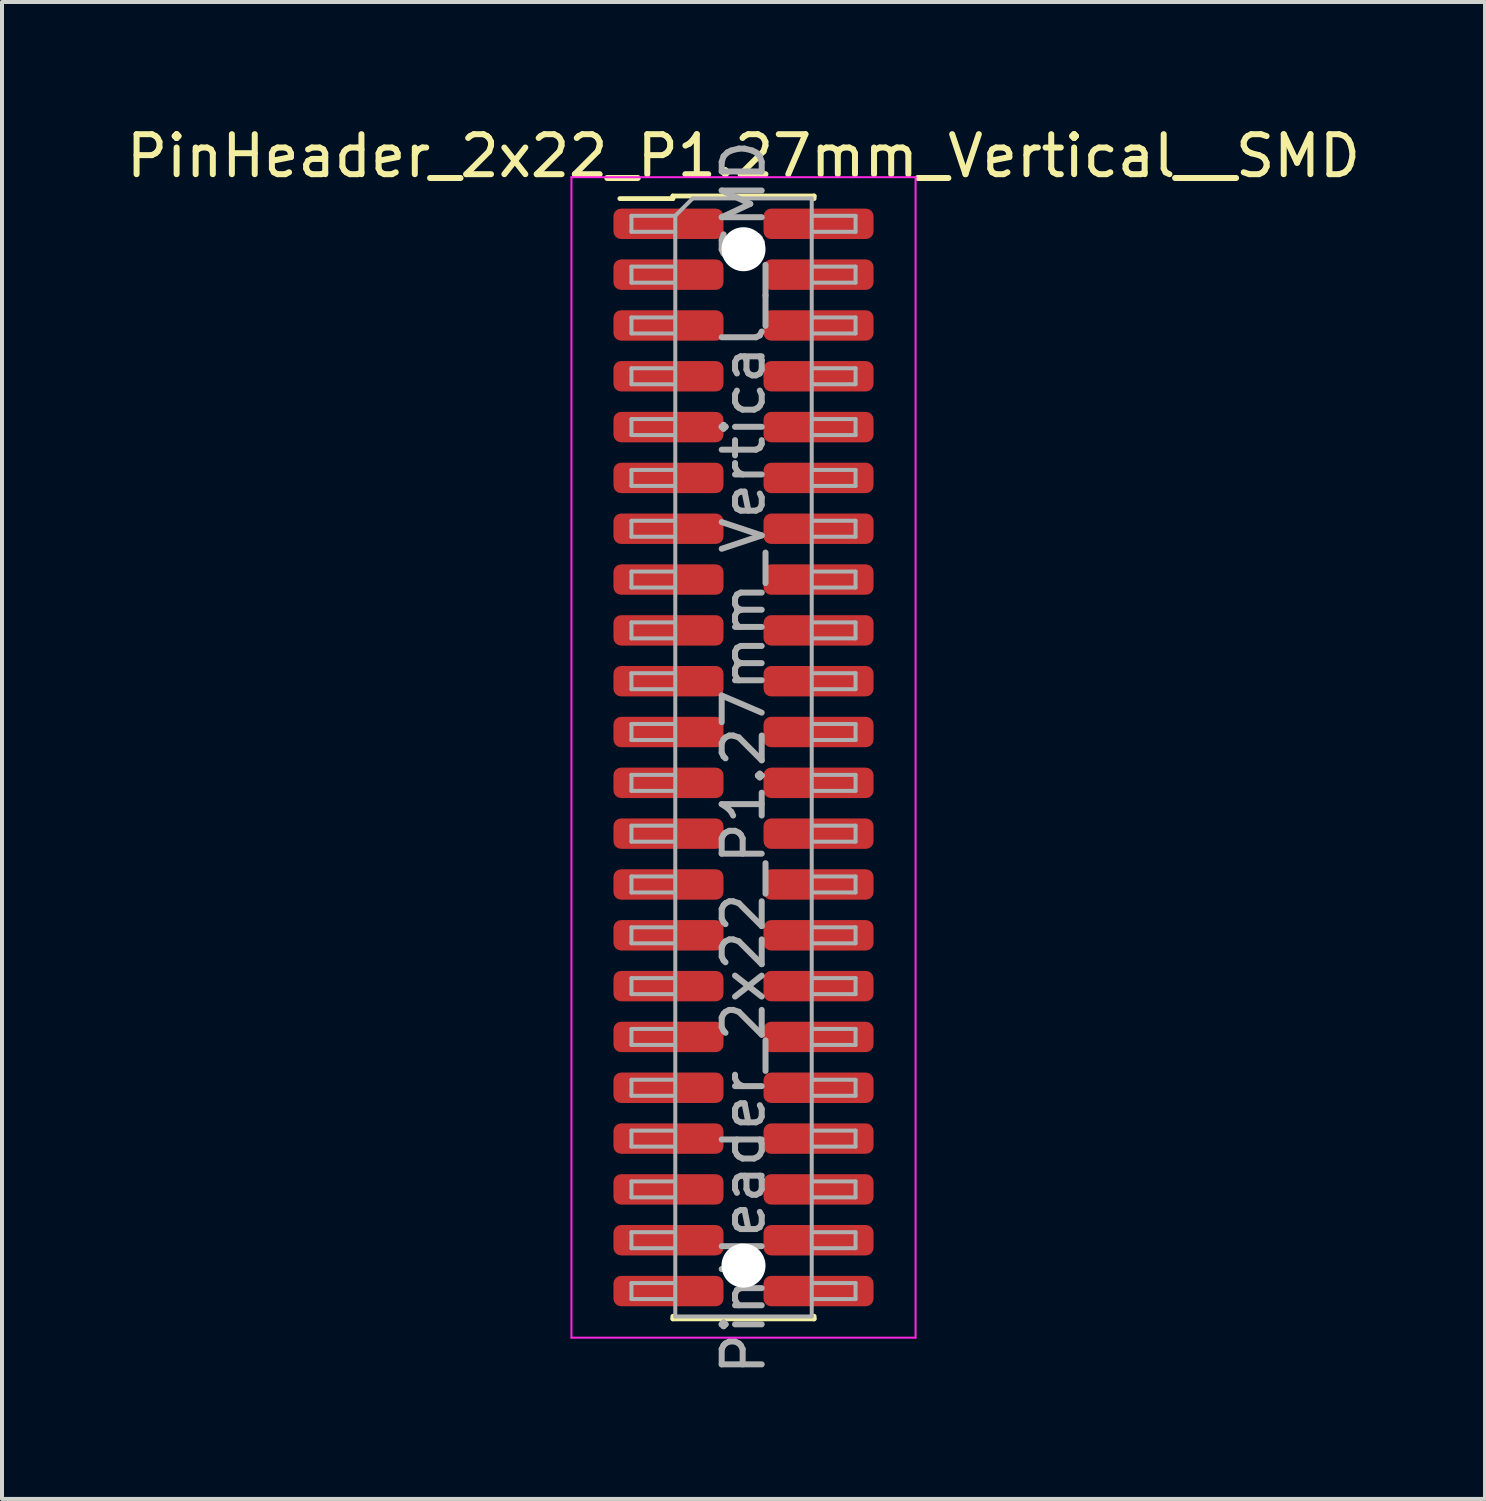
<source format=kicad_pcb>
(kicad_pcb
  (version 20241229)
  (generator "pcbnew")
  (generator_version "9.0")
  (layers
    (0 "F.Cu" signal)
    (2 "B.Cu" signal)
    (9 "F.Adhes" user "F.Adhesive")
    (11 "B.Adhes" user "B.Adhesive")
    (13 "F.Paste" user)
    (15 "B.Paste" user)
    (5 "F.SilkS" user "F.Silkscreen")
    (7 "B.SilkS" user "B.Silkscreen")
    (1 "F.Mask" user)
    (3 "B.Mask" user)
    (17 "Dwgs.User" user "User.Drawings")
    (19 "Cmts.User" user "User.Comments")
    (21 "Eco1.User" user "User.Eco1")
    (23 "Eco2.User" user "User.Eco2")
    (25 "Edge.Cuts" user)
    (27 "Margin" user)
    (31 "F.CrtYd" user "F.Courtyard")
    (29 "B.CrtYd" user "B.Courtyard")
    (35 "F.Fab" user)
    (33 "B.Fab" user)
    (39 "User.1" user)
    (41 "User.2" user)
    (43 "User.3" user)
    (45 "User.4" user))
  (footprint "PinHeader_2x22_P1.27mm_Vertical__SMD"
    (layer "F.Cu")
    (at 15.53 15.878)
    (property "Reference" "PinHeader_2x22_P1.27mm_Vertical__SMD" (at 0 -15.03 0) (layer "F.SilkS") (effects (font (size 1 1) (thickness 0.15))))
    (attr smd)
    (fp_line (start -3.09 -13.965) (end -1.765 -13.965) (stroke (width 0.12) (type solid)) (layer "F.SilkS"))
    (fp_line (start -1.765 -14.03) (end -1.765 -13.965) (stroke (width 0.12) (type solid)) (layer "F.SilkS"))
    (fp_line (start -1.765 -14.03) (end 1.765 -14.03) (stroke (width 0.12) (type solid)) (layer "F.SilkS"))
    (fp_line (start -1.765 13.965) (end -1.765 14.03) (stroke (width 0.12) (type solid)) (layer "F.SilkS"))
    (fp_line (start -1.765 14.03) (end 1.765 14.03) (stroke (width 0.12) (type solid)) (layer "F.SilkS"))
    (fp_line (start 1.765 -14.03) (end 1.765 -13.965) (stroke (width 0.12) (type solid)) (layer "F.SilkS"))
    (fp_line (start 1.765 13.965) (end 1.765 14.03) (stroke (width 0.12) (type solid)) (layer "F.SilkS"))
    (fp_line (start -4.3 -14.5) (end -4.3 14.5) (stroke (width 0.05) (type solid)) (layer "F.CrtYd"))
    (fp_line (start -4.3 14.5) (end 4.3 14.5) (stroke (width 0.05) (type solid)) (layer "F.CrtYd"))
    (fp_line (start 4.3 -14.5) (end -4.3 -14.5) (stroke (width 0.05) (type solid)) (layer "F.CrtYd"))
    (fp_line (start 4.3 14.5) (end 4.3 -14.5) (stroke (width 0.05) (type solid)) (layer "F.CrtYd"))
    (fp_line (start -2.8 -13.535) (end -2.8 -13.135) (stroke (width 0.1) (type solid)) (layer "F.Fab"))
    (fp_line (start -2.8 -13.135) (end -1.705 -13.135) (stroke (width 0.1) (type solid)) (layer "F.Fab"))
    (fp_line (start -2.8 -12.265) (end -2.8 -11.865) (stroke (width 0.1) (type solid)) (layer "F.Fab"))
    (fp_line (start -2.8 -11.865) (end -1.755 -11.865) (stroke (width 0.1) (type solid)) (layer "F.Fab"))
    (fp_line (start -2.8 -10.995) (end -2.8 -10.595) (stroke (width 0.1) (type solid)) (layer "F.Fab"))
    (fp_line (start -2.8 -10.595) (end -1.755 -10.595) (stroke (width 0.1) (type solid)) (layer "F.Fab"))
    (fp_line (start -2.8 -9.725) (end -2.8 -9.325) (stroke (width 0.1) (type solid)) (layer "F.Fab"))
    (fp_line (start -2.8 -9.325) (end -1.755 -9.325) (stroke (width 0.1) (type solid)) (layer "F.Fab"))
    (fp_line (start -2.8 -8.455) (end -2.8 -8.055) (stroke (width 0.1) (type solid)) (layer "F.Fab"))
    (fp_line (start -2.8 -8.055) (end -1.755 -8.055) (stroke (width 0.1) (type solid)) (layer "F.Fab"))
    (fp_line (start -2.8 -7.185) (end -2.8 -6.785) (stroke (width 0.1) (type solid)) (layer "F.Fab"))
    (fp_line (start -2.8 -6.785) (end -1.755 -6.785) (stroke (width 0.1) (type solid)) (layer "F.Fab"))
    (fp_line (start -2.8 -5.915) (end -2.8 -5.515) (stroke (width 0.1) (type solid)) (layer "F.Fab"))
    (fp_line (start -2.8 -5.515) (end -1.755 -5.515) (stroke (width 0.1) (type solid)) (layer "F.Fab"))
    (fp_line (start -2.8 -4.645) (end -2.8 -4.245) (stroke (width 0.1) (type solid)) (layer "F.Fab"))
    (fp_line (start -2.8 -4.245) (end -1.755 -4.245) (stroke (width 0.1) (type solid)) (layer "F.Fab"))
    (fp_line (start -2.8 -3.375) (end -2.8 -2.975) (stroke (width 0.1) (type solid)) (layer "F.Fab"))
    (fp_line (start -2.8 -2.975) (end -1.755 -2.975) (stroke (width 0.1) (type solid)) (layer "F.Fab"))
    (fp_line (start -2.8 -2.105) (end -2.8 -1.705) (stroke (width 0.1) (type solid)) (layer "F.Fab"))
    (fp_line (start -2.8 -1.705) (end -1.755 -1.705) (stroke (width 0.1) (type solid)) (layer "F.Fab"))
    (fp_line (start -2.8 -0.835) (end -2.8 -0.435) (stroke (width 0.1) (type solid)) (layer "F.Fab"))
    (fp_line (start -2.8 -0.435) (end -1.755 -0.435) (stroke (width 0.1) (type solid)) (layer "F.Fab"))
    (fp_line (start -2.8 0.435) (end -2.8 0.835) (stroke (width 0.1) (type solid)) (layer "F.Fab"))
    (fp_line (start -2.8 0.835) (end -1.755 0.835) (stroke (width 0.1) (type solid)) (layer "F.Fab"))
    (fp_line (start -2.8 1.705) (end -2.8 2.105) (stroke (width 0.1) (type solid)) (layer "F.Fab"))
    (fp_line (start -2.8 2.105) (end -1.755 2.105) (stroke (width 0.1) (type solid)) (layer "F.Fab"))
    (fp_line (start -2.8 2.975) (end -2.8 3.375) (stroke (width 0.1) (type solid)) (layer "F.Fab"))
    (fp_line (start -2.8 3.375) (end -1.755 3.375) (stroke (width 0.1) (type solid)) (layer "F.Fab"))
    (fp_line (start -2.8 4.245) (end -2.8 4.645) (stroke (width 0.1) (type solid)) (layer "F.Fab"))
    (fp_line (start -2.8 4.645) (end -1.755 4.645) (stroke (width 0.1) (type solid)) (layer "F.Fab"))
    (fp_line (start -2.8 5.515) (end -2.8 5.915) (stroke (width 0.1) (type solid)) (layer "F.Fab"))
    (fp_line (start -2.8 5.915) (end -1.755 5.915) (stroke (width 0.1) (type solid)) (layer "F.Fab"))
    (fp_line (start -2.8 6.785) (end -2.8 7.185) (stroke (width 0.1) (type solid)) (layer "F.Fab"))
    (fp_line (start -2.8 7.185) (end -1.755 7.185) (stroke (width 0.1) (type solid)) (layer "F.Fab"))
    (fp_line (start -2.8 8.055) (end -2.8 8.455) (stroke (width 0.1) (type solid)) (layer "F.Fab"))
    (fp_line (start -2.8 8.455) (end -1.755 8.455) (stroke (width 0.1) (type solid)) (layer "F.Fab"))
    (fp_line (start -2.8 9.325) (end -2.8 9.725) (stroke (width 0.1) (type solid)) (layer "F.Fab"))
    (fp_line (start -2.8 9.725) (end -1.755 9.725) (stroke (width 0.1) (type solid)) (layer "F.Fab"))
    (fp_line (start -2.8 10.595) (end -2.8 10.995) (stroke (width 0.1) (type solid)) (layer "F.Fab"))
    (fp_line (start -2.8 10.995) (end -1.755 10.995) (stroke (width 0.1) (type solid)) (layer "F.Fab"))
    (fp_line (start -2.8 11.865) (end -2.8 12.265) (stroke (width 0.1) (type solid)) (layer "F.Fab"))
    (fp_line (start -2.8 12.265) (end -1.755 12.265) (stroke (width 0.1) (type solid)) (layer "F.Fab"))
    (fp_line (start -2.8 13.135) (end -2.8 13.535) (stroke (width 0.1) (type solid)) (layer "F.Fab"))
    (fp_line (start -2.8 13.535) (end -1.755 13.535) (stroke (width 0.1) (type solid)) (layer "F.Fab"))
    (fp_line (start -1.755 -12.265) (end -2.8 -12.265) (stroke (width 0.1) (type solid)) (layer "F.Fab"))
    (fp_line (start -1.755 -10.995) (end -2.8 -10.995) (stroke (width 0.1) (type solid)) (layer "F.Fab"))
    (fp_line (start -1.755 -9.725) (end -2.8 -9.725) (stroke (width 0.1) (type solid)) (layer "F.Fab"))
    (fp_line (start -1.755 -8.455) (end -2.8 -8.455) (stroke (width 0.1) (type solid)) (layer "F.Fab"))
    (fp_line (start -1.755 -7.185) (end -2.8 -7.185) (stroke (width 0.1) (type solid)) (layer "F.Fab"))
    (fp_line (start -1.755 -5.915) (end -2.8 -5.915) (stroke (width 0.1) (type solid)) (layer "F.Fab"))
    (fp_line (start -1.755 -4.645) (end -2.8 -4.645) (stroke (width 0.1) (type solid)) (layer "F.Fab"))
    (fp_line (start -1.755 -3.375) (end -2.8 -3.375) (stroke (width 0.1) (type solid)) (layer "F.Fab"))
    (fp_line (start -1.755 -2.105) (end -2.8 -2.105) (stroke (width 0.1) (type solid)) (layer "F.Fab"))
    (fp_line (start -1.755 -0.835) (end -2.8 -0.835) (stroke (width 0.1) (type solid)) (layer "F.Fab"))
    (fp_line (start -1.755 0.435) (end -2.8 0.435) (stroke (width 0.1) (type solid)) (layer "F.Fab"))
    (fp_line (start -1.755 1.705) (end -2.8 1.705) (stroke (width 0.1) (type solid)) (layer "F.Fab"))
    (fp_line (start -1.755 2.975) (end -2.8 2.975) (stroke (width 0.1) (type solid)) (layer "F.Fab"))
    (fp_line (start -1.755 4.245) (end -2.8 4.245) (stroke (width 0.1) (type solid)) (layer "F.Fab"))
    (fp_line (start -1.755 5.515) (end -2.8 5.515) (stroke (width 0.1) (type solid)) (layer "F.Fab"))
    (fp_line (start -1.755 6.785) (end -2.8 6.785) (stroke (width 0.1) (type solid)) (layer "F.Fab"))
    (fp_line (start -1.755 8.055) (end -2.8 8.055) (stroke (width 0.1) (type solid)) (layer "F.Fab"))
    (fp_line (start -1.755 9.325) (end -2.8 9.325) (stroke (width 0.1) (type solid)) (layer "F.Fab"))
    (fp_line (start -1.755 10.595) (end -2.8 10.595) (stroke (width 0.1) (type solid)) (layer "F.Fab"))
    (fp_line (start -1.755 11.865) (end -2.8 11.865) (stroke (width 0.1) (type solid)) (layer "F.Fab"))
    (fp_line (start -1.755 13.135) (end -2.8 13.135) (stroke (width 0.1) (type solid)) (layer "F.Fab"))
    (fp_line (start -1.705 -13.535) (end -2.8 -13.535) (stroke (width 0.1) (type solid)) (layer "F.Fab"))
    (fp_line (start -1.705 -13.535) (end -1.27 -13.97) (stroke (width 0.1) (type solid)) (layer "F.Fab"))
    (fp_line (start -1.705 13.97) (end -1.705 -13.535) (stroke (width 0.1) (type solid)) (layer "F.Fab"))
    (fp_line (start -1.27 -13.97) (end 1.705 -13.97) (stroke (width 0.1) (type solid)) (layer "F.Fab"))
    (fp_line (start 1.705 -13.97) (end 1.705 13.97) (stroke (width 0.1) (type solid)) (layer "F.Fab"))
    (fp_line (start 1.705 13.97) (end -1.705 13.97) (stroke (width 0.1) (type solid)) (layer "F.Fab"))
    (fp_line (start 1.755 -13.535) (end 2.8 -13.535) (stroke (width 0.1) (type solid)) (layer "F.Fab"))
    (fp_line (start 1.755 -12.265) (end 2.8 -12.265) (stroke (width 0.1) (type solid)) (layer "F.Fab"))
    (fp_line (start 1.755 -10.995) (end 2.8 -10.995) (stroke (width 0.1) (type solid)) (layer "F.Fab"))
    (fp_line (start 1.755 -9.725) (end 2.8 -9.725) (stroke (width 0.1) (type solid)) (layer "F.Fab"))
    (fp_line (start 1.755 -8.455) (end 2.8 -8.455) (stroke (width 0.1) (type solid)) (layer "F.Fab"))
    (fp_line (start 1.755 -7.185) (end 2.8 -7.185) (stroke (width 0.1) (type solid)) (layer "F.Fab"))
    (fp_line (start 1.755 -5.915) (end 2.8 -5.915) (stroke (width 0.1) (type solid)) (layer "F.Fab"))
    (fp_line (start 1.755 -4.645) (end 2.8 -4.645) (stroke (width 0.1) (type solid)) (layer "F.Fab"))
    (fp_line (start 1.755 -3.375) (end 2.8 -3.375) (stroke (width 0.1) (type solid)) (layer "F.Fab"))
    (fp_line (start 1.755 -2.105) (end 2.8 -2.105) (stroke (width 0.1) (type solid)) (layer "F.Fab"))
    (fp_line (start 1.755 -0.835) (end 2.8 -0.835) (stroke (width 0.1) (type solid)) (layer "F.Fab"))
    (fp_line (start 1.755 0.435) (end 2.8 0.435) (stroke (width 0.1) (type solid)) (layer "F.Fab"))
    (fp_line (start 1.755 1.705) (end 2.8 1.705) (stroke (width 0.1) (type solid)) (layer "F.Fab"))
    (fp_line (start 1.755 2.975) (end 2.8 2.975) (stroke (width 0.1) (type solid)) (layer "F.Fab"))
    (fp_line (start 1.755 4.245) (end 2.8 4.245) (stroke (width 0.1) (type solid)) (layer "F.Fab"))
    (fp_line (start 1.755 5.515) (end 2.8 5.515) (stroke (width 0.1) (type solid)) (layer "F.Fab"))
    (fp_line (start 1.755 6.785) (end 2.8 6.785) (stroke (width 0.1) (type solid)) (layer "F.Fab"))
    (fp_line (start 1.755 8.055) (end 2.8 8.055) (stroke (width 0.1) (type solid)) (layer "F.Fab"))
    (fp_line (start 1.755 9.325) (end 2.8 9.325) (stroke (width 0.1) (type solid)) (layer "F.Fab"))
    (fp_line (start 1.755 10.595) (end 2.8 10.595) (stroke (width 0.1) (type solid)) (layer "F.Fab"))
    (fp_line (start 1.755 11.865) (end 2.8 11.865) (stroke (width 0.1) (type solid)) (layer "F.Fab"))
    (fp_line (start 1.755 13.135) (end 2.8 13.135) (stroke (width 0.1) (type solid)) (layer "F.Fab"))
    (fp_line (start 2.8 -13.535) (end 2.8 -13.135) (stroke (width 0.1) (type solid)) (layer "F.Fab"))
    (fp_line (start 2.8 -13.135) (end 1.755 -13.135) (stroke (width 0.1) (type solid)) (layer "F.Fab"))
    (fp_line (start 2.8 -12.265) (end 2.8 -11.865) (stroke (width 0.1) (type solid)) (layer "F.Fab"))
    (fp_line (start 2.8 -11.865) (end 1.755 -11.865) (stroke (width 0.1) (type solid)) (layer "F.Fab"))
    (fp_line (start 2.8 -10.995) (end 2.8 -10.595) (stroke (width 0.1) (type solid)) (layer "F.Fab"))
    (fp_line (start 2.8 -10.595) (end 1.755 -10.595) (stroke (width 0.1) (type solid)) (layer "F.Fab"))
    (fp_line (start 2.8 -9.725) (end 2.8 -9.325) (stroke (width 0.1) (type solid)) (layer "F.Fab"))
    (fp_line (start 2.8 -9.325) (end 1.755 -9.325) (stroke (width 0.1) (type solid)) (layer "F.Fab"))
    (fp_line (start 2.8 -8.455) (end 2.8 -8.055) (stroke (width 0.1) (type solid)) (layer "F.Fab"))
    (fp_line (start 2.8 -8.055) (end 1.755 -8.055) (stroke (width 0.1) (type solid)) (layer "F.Fab"))
    (fp_line (start 2.8 -7.185) (end 2.8 -6.785) (stroke (width 0.1) (type solid)) (layer "F.Fab"))
    (fp_line (start 2.8 -6.785) (end 1.755 -6.785) (stroke (width 0.1) (type solid)) (layer "F.Fab"))
    (fp_line (start 2.8 -5.915) (end 2.8 -5.515) (stroke (width 0.1) (type solid)) (layer "F.Fab"))
    (fp_line (start 2.8 -5.515) (end 1.755 -5.515) (stroke (width 0.1) (type solid)) (layer "F.Fab"))
    (fp_line (start 2.8 -4.645) (end 2.8 -4.245) (stroke (width 0.1) (type solid)) (layer "F.Fab"))
    (fp_line (start 2.8 -4.245) (end 1.755 -4.245) (stroke (width 0.1) (type solid)) (layer "F.Fab"))
    (fp_line (start 2.8 -3.375) (end 2.8 -2.975) (stroke (width 0.1) (type solid)) (layer "F.Fab"))
    (fp_line (start 2.8 -2.975) (end 1.755 -2.975) (stroke (width 0.1) (type solid)) (layer "F.Fab"))
    (fp_line (start 2.8 -2.105) (end 2.8 -1.705) (stroke (width 0.1) (type solid)) (layer "F.Fab"))
    (fp_line (start 2.8 -1.705) (end 1.755 -1.705) (stroke (width 0.1) (type solid)) (layer "F.Fab"))
    (fp_line (start 2.8 -0.835) (end 2.8 -0.435) (stroke (width 0.1) (type solid)) (layer "F.Fab"))
    (fp_line (start 2.8 -0.435) (end 1.755 -0.435) (stroke (width 0.1) (type solid)) (layer "F.Fab"))
    (fp_line (start 2.8 0.435) (end 2.8 0.835) (stroke (width 0.1) (type solid)) (layer "F.Fab"))
    (fp_line (start 2.8 0.835) (end 1.755 0.835) (stroke (width 0.1) (type solid)) (layer "F.Fab"))
    (fp_line (start 2.8 1.705) (end 2.8 2.105) (stroke (width 0.1) (type solid)) (layer "F.Fab"))
    (fp_line (start 2.8 2.105) (end 1.755 2.105) (stroke (width 0.1) (type solid)) (layer "F.Fab"))
    (fp_line (start 2.8 2.975) (end 2.8 3.375) (stroke (width 0.1) (type solid)) (layer "F.Fab"))
    (fp_line (start 2.8 3.375) (end 1.755 3.375) (stroke (width 0.1) (type solid)) (layer "F.Fab"))
    (fp_line (start 2.8 4.245) (end 2.8 4.645) (stroke (width 0.1) (type solid)) (layer "F.Fab"))
    (fp_line (start 2.8 4.645) (end 1.755 4.645) (stroke (width 0.1) (type solid)) (layer "F.Fab"))
    (fp_line (start 2.8 5.515) (end 2.8 5.915) (stroke (width 0.1) (type solid)) (layer "F.Fab"))
    (fp_line (start 2.8 5.915) (end 1.755 5.915) (stroke (width 0.1) (type solid)) (layer "F.Fab"))
    (fp_line (start 2.8 6.785) (end 2.8 7.185) (stroke (width 0.1) (type solid)) (layer "F.Fab"))
    (fp_line (start 2.8 7.185) (end 1.755 7.185) (stroke (width 0.1) (type solid)) (layer "F.Fab"))
    (fp_line (start 2.8 8.055) (end 2.8 8.455) (stroke (width 0.1) (type solid)) (layer "F.Fab"))
    (fp_line (start 2.8 8.455) (end 1.755 8.455) (stroke (width 0.1) (type solid)) (layer "F.Fab"))
    (fp_line (start 2.8 9.325) (end 2.8 9.725) (stroke (width 0.1) (type solid)) (layer "F.Fab"))
    (fp_line (start 2.8 9.725) (end 1.755 9.725) (stroke (width 0.1) (type solid)) (layer "F.Fab"))
    (fp_line (start 2.8 10.595) (end 2.8 10.995) (stroke (width 0.1) (type solid)) (layer "F.Fab"))
    (fp_line (start 2.8 10.995) (end 1.755 10.995) (stroke (width 0.1) (type solid)) (layer "F.Fab"))
    (fp_line (start 2.8 11.865) (end 2.8 12.265) (stroke (width 0.1) (type solid)) (layer "F.Fab"))
    (fp_line (start 2.8 12.265) (end 1.755 12.265) (stroke (width 0.1) (type solid)) (layer "F.Fab"))
    (fp_line (start 2.8 13.135) (end 2.8 13.535) (stroke (width 0.1) (type solid)) (layer "F.Fab"))
    (fp_line (start 2.8 13.535) (end 1.755 13.535) (stroke (width 0.1) (type solid)) (layer "F.Fab"))
    (fp_text user "${REFERENCE}" (at 0 0 90) (layer "F.Fab") (effects (font (size 1 1) (thickness 0.15))))
    (pad "" np_thru_hole circle (at 0 -12.7) (size 1.1 1.1) (drill 1.1) (layers "*.Cu" "*.Mask"))
    (pad "" np_thru_hole circle (at 0 12.7) (size 1.1 1.1) (drill 1.1) (layers "*.Cu" "*.Mask"))
    (pad "1" smd roundrect (at -1.875 -13.335) (size 2.75 0.76) (layers "F.Cu" "F.Mask" "F.Paste") (roundrect_rratio 0.25))
    (pad "2" smd roundrect (at 1.875 -13.335) (size 2.75 0.76) (layers "F.Cu" "F.Mask" "F.Paste") (roundrect_rratio 0.25))
    (pad "3" smd roundrect (at -1.875 -12.065) (size 2.75 0.76) (layers "F.Cu" "F.Mask" "F.Paste") (roundrect_rratio 0.25))
    (pad "4" smd roundrect (at 1.875 -12.065) (size 2.75 0.76) (layers "F.Cu" "F.Mask" "F.Paste") (roundrect_rratio 0.25))
    (pad "5" smd roundrect (at -1.875 -10.795) (size 2.75 0.76) (layers "F.Cu" "F.Mask" "F.Paste") (roundrect_rratio 0.25))
    (pad "6" smd roundrect (at 1.875 -10.795) (size 2.75 0.76) (layers "F.Cu" "F.Mask" "F.Paste") (roundrect_rratio 0.25))
    (pad "7" smd roundrect (at -1.875 -9.525) (size 2.75 0.76) (layers "F.Cu" "F.Mask" "F.Paste") (roundrect_rratio 0.25))
    (pad "8" smd roundrect (at 1.875 -9.525) (size 2.75 0.76) (layers "F.Cu" "F.Mask" "F.Paste") (roundrect_rratio 0.25))
    (pad "9" smd roundrect (at -1.875 -8.255) (size 2.75 0.76) (layers "F.Cu" "F.Mask" "F.Paste") (roundrect_rratio 0.25))
    (pad "10" smd roundrect (at 1.875 -8.255) (size 2.75 0.76) (layers "F.Cu" "F.Mask" "F.Paste") (roundrect_rratio 0.25))
    (pad "11" smd roundrect (at -1.875 -6.985) (size 2.75 0.76) (layers "F.Cu" "F.Mask" "F.Paste") (roundrect_rratio 0.25))
    (pad "12" smd roundrect (at 1.875 -6.985) (size 2.75 0.76) (layers "F.Cu" "F.Mask" "F.Paste") (roundrect_rratio 0.25))
    (pad "13" smd roundrect (at -1.875 -5.715) (size 2.75 0.76) (layers "F.Cu" "F.Mask" "F.Paste") (roundrect_rratio 0.25))
    (pad "14" smd roundrect (at 1.875 -5.715) (size 2.75 0.76) (layers "F.Cu" "F.Mask" "F.Paste") (roundrect_rratio 0.25))
    (pad "15" smd roundrect (at -1.875 -4.445) (size 2.75 0.76) (layers "F.Cu" "F.Mask" "F.Paste") (roundrect_rratio 0.25))
    (pad "16" smd roundrect (at 1.875 -4.445) (size 2.75 0.76) (layers "F.Cu" "F.Mask" "F.Paste") (roundrect_rratio 0.25))
    (pad "17" smd roundrect (at -1.875 -3.175) (size 2.75 0.76) (layers "F.Cu" "F.Mask" "F.Paste") (roundrect_rratio 0.25))
    (pad "18" smd roundrect (at 1.875 -3.175) (size 2.75 0.76) (layers "F.Cu" "F.Mask" "F.Paste") (roundrect_rratio 0.25))
    (pad "19" smd roundrect (at -1.875 -1.905) (size 2.75 0.76) (layers "F.Cu" "F.Mask" "F.Paste") (roundrect_rratio 0.25))
    (pad "20" smd roundrect (at 1.875 -1.905) (size 2.75 0.76) (layers "F.Cu" "F.Mask" "F.Paste") (roundrect_rratio 0.25))
    (pad "21" smd roundrect (at -1.875 -0.635) (size 2.75 0.76) (layers "F.Cu" "F.Mask" "F.Paste") (roundrect_rratio 0.25))
    (pad "22" smd roundrect (at 1.875 -0.635) (size 2.75 0.76) (layers "F.Cu" "F.Mask" "F.Paste") (roundrect_rratio 0.25))
    (pad "23" smd roundrect (at -1.875 0.635) (size 2.75 0.76) (layers "F.Cu" "F.Mask" "F.Paste") (roundrect_rratio 0.25))
    (pad "24" smd roundrect (at 1.875 0.635) (size 2.75 0.76) (layers "F.Cu" "F.Mask" "F.Paste") (roundrect_rratio 0.25))
    (pad "25" smd roundrect (at -1.875 1.905) (size 2.75 0.76) (layers "F.Cu" "F.Mask" "F.Paste") (roundrect_rratio 0.25))
    (pad "26" smd roundrect (at 1.875 1.905) (size 2.75 0.76) (layers "F.Cu" "F.Mask" "F.Paste") (roundrect_rratio 0.25))
    (pad "27" smd roundrect (at -1.875 3.175) (size 2.75 0.76) (layers "F.Cu" "F.Mask" "F.Paste") (roundrect_rratio 0.25))
    (pad "28" smd roundrect (at 1.875 3.175) (size 2.75 0.76) (layers "F.Cu" "F.Mask" "F.Paste") (roundrect_rratio 0.25))
    (pad "29" smd roundrect (at -1.875 4.445) (size 2.75 0.76) (layers "F.Cu" "F.Mask" "F.Paste") (roundrect_rratio 0.25))
    (pad "30" smd roundrect (at 1.875 4.445) (size 2.75 0.76) (layers "F.Cu" "F.Mask" "F.Paste") (roundrect_rratio 0.25))
    (pad "31" smd roundrect (at -1.875 5.715) (size 2.75 0.76) (layers "F.Cu" "F.Mask" "F.Paste") (roundrect_rratio 0.25))
    (pad "32" smd roundrect (at 1.875 5.715) (size 2.75 0.76) (layers "F.Cu" "F.Mask" "F.Paste") (roundrect_rratio 0.25))
    (pad "33" smd roundrect (at -1.875 6.985) (size 2.75 0.76) (layers "F.Cu" "F.Mask" "F.Paste") (roundrect_rratio 0.25))
    (pad "34" smd roundrect (at 1.875 6.985) (size 2.75 0.76) (layers "F.Cu" "F.Mask" "F.Paste") (roundrect_rratio 0.25))
    (pad "35" smd roundrect (at -1.875 8.255) (size 2.75 0.76) (layers "F.Cu" "F.Mask" "F.Paste") (roundrect_rratio 0.25))
    (pad "36" smd roundrect (at 1.875 8.255) (size 2.75 0.76) (layers "F.Cu" "F.Mask" "F.Paste") (roundrect_rratio 0.25))
    (pad "37" smd roundrect (at -1.875 9.525) (size 2.75 0.76) (layers "F.Cu" "F.Mask" "F.Paste") (roundrect_rratio 0.25))
    (pad "38" smd roundrect (at 1.875 9.525) (size 2.75 0.76) (layers "F.Cu" "F.Mask" "F.Paste") (roundrect_rratio 0.25))
    (pad "39" smd roundrect (at -1.875 10.795) (size 2.75 0.76) (layers "F.Cu" "F.Mask" "F.Paste") (roundrect_rratio 0.25))
    (pad "40" smd roundrect (at 1.875 10.795) (size 2.75 0.76) (layers "F.Cu" "F.Mask" "F.Paste") (roundrect_rratio 0.25))
    (pad "41" smd roundrect (at -1.875 12.065) (size 2.75 0.76) (layers "F.Cu" "F.Mask" "F.Paste") (roundrect_rratio 0.25))
    (pad "42" smd roundrect (at 1.875 12.065) (size 2.75 0.76) (layers "F.Cu" "F.Mask" "F.Paste") (roundrect_rratio 0.25))
    (pad "43" smd roundrect (at -1.875 13.335) (size 2.75 0.76) (layers "F.Cu" "F.Mask" "F.Paste") (roundrect_rratio 0.25))
    (pad "44" smd roundrect (at 1.875 13.335) (size 2.75 0.76) (layers "F.Cu" "F.Mask" "F.Paste") (roundrect_rratio 0.25)))
  (gr_rect
    (start -3 -3)
    (end 34.06 34.408)
    (stroke (width 0.1) (type default))
    (fill no)
    (layer "Edge.Cuts")))
</source>
